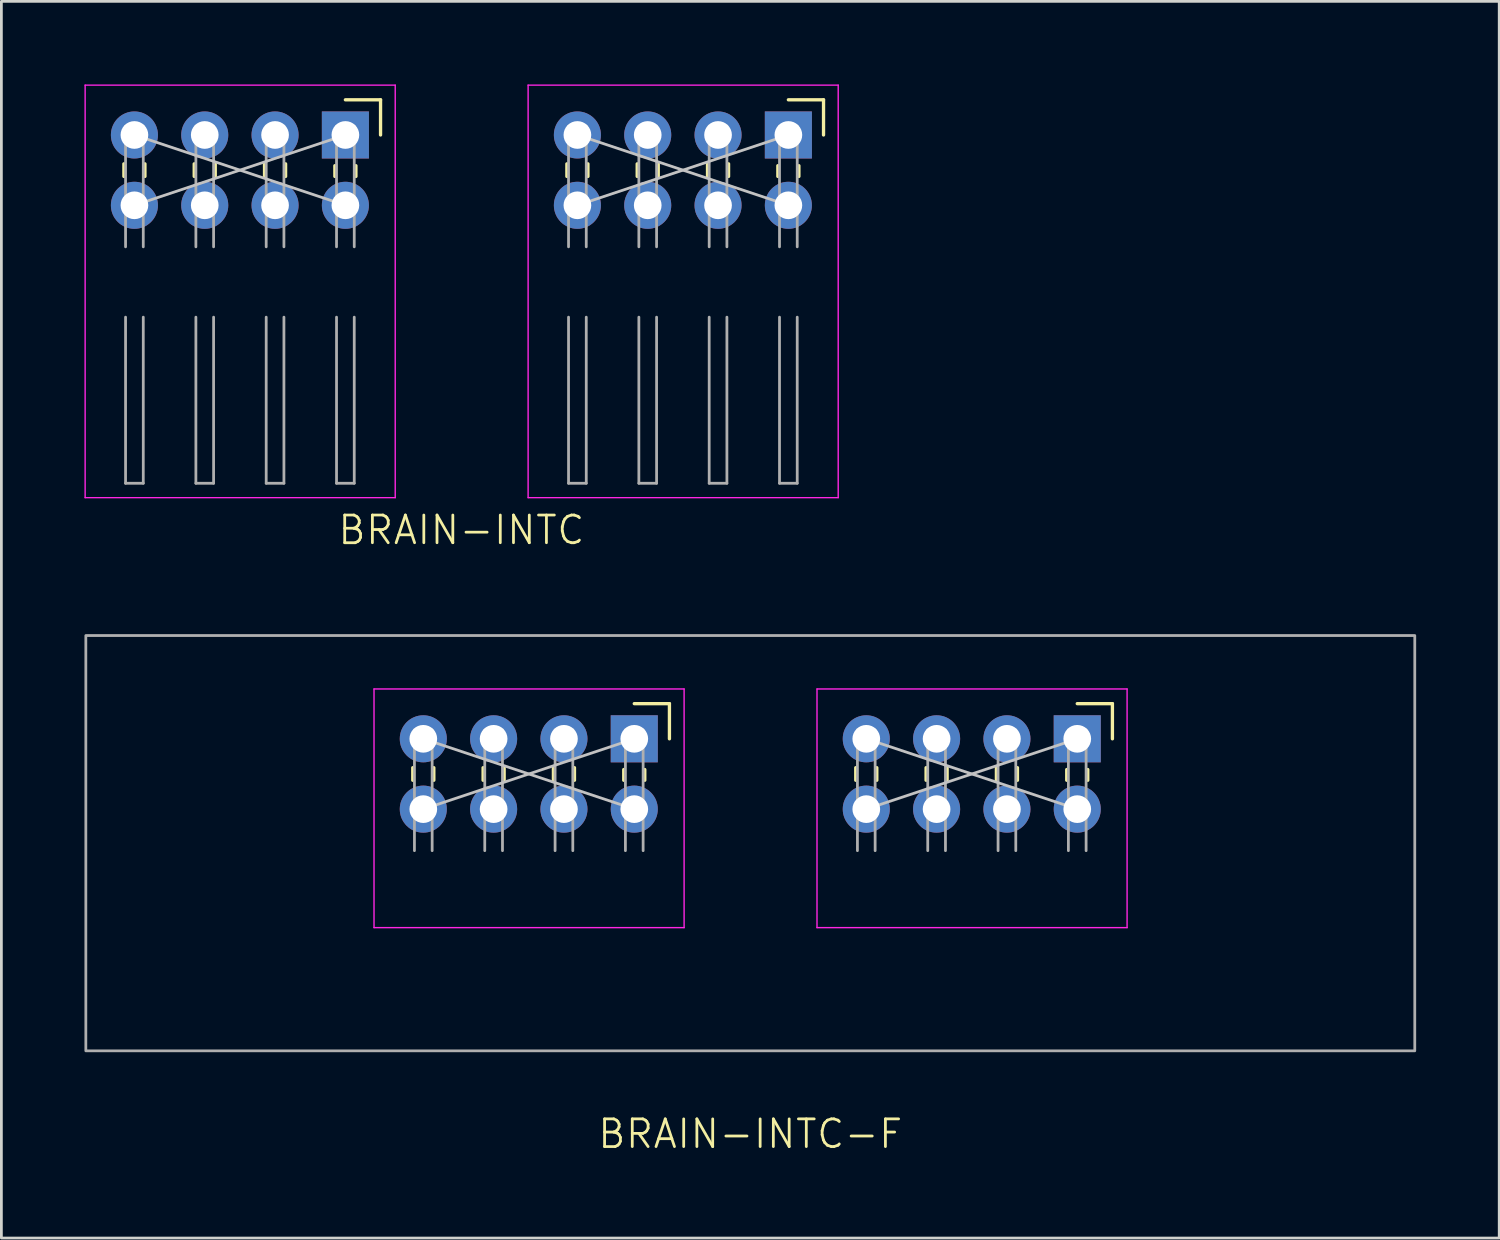
<source format=kicad_pcb>
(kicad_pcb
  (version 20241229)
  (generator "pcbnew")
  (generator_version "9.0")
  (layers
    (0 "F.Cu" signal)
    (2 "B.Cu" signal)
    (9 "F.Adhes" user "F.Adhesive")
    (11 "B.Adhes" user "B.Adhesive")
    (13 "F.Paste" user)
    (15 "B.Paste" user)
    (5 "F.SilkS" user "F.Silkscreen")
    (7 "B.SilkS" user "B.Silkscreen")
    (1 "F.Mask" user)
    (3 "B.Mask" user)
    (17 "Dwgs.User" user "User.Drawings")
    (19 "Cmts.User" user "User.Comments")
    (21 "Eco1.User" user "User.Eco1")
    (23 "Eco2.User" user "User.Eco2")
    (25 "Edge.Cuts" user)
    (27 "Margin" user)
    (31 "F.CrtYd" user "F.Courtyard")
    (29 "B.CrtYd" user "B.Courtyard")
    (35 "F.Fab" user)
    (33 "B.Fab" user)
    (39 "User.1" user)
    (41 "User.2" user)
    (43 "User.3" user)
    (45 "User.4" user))
  (footprint "BRAIN-INTC-F"
    (layer "F.Cu")
    (at 24.05 24.905)
    (property "Reference" "BRAIN-INTC-F" (at -0.001 13 0) (unlocked yes) (layer "F.SilkS") (effects (font (size 1 1) (thickness 0.1))))
    (attr through_hole board_only exclude_from_bom)
    (fp_line (start -12.191 -0.227) (end -12.191 0.227) (stroke (width 0.12) (type solid)) (layer "F.SilkS"))
    (fp_line (start -11.431 -0.227) (end -11.431 0.227) (stroke (width 0.12) (type solid)) (layer "F.SilkS"))
    (fp_line (start -9.651 -0.227) (end -9.651 0.227) (stroke (width 0.12) (type solid)) (layer "F.SilkS"))
    (fp_line (start -8.891 -0.227) (end -8.891 0.227) (stroke (width 0.12) (type solid)) (layer "F.SilkS"))
    (fp_line (start -7.111 -0.227) (end -7.111 0.227) (stroke (width 0.12) (type solid)) (layer "F.SilkS"))
    (fp_line (start -6.351 -0.227) (end -6.351 0.227) (stroke (width 0.12) (type solid)) (layer "F.SilkS"))
    (fp_line (start -4.571 -0.16) (end -4.571 0.227) (stroke (width 0.12) (type solid)) (layer "F.SilkS"))
    (fp_line (start -4.191 -2.54) (end -2.921 -2.54) (stroke (width 0.12) (type solid)) (layer "F.SilkS"))
    (fp_line (start -3.811 -0.16) (end -3.811 0.227) (stroke (width 0.12) (type solid)) (layer "F.SilkS"))
    (fp_line (start -2.921 -2.54) (end -2.921 -1.27) (stroke (width 0.12) (type solid)) (layer "F.SilkS"))
    (fp_line (start 3.809 -0.227) (end 3.809 0.227) (stroke (width 0.12) (type solid)) (layer "F.SilkS"))
    (fp_line (start 4.569 -0.227) (end 4.569 0.227) (stroke (width 0.12) (type solid)) (layer "F.SilkS"))
    (fp_line (start 6.349 -0.227) (end 6.349 0.227) (stroke (width 0.12) (type solid)) (layer "F.SilkS"))
    (fp_line (start 7.109 -0.227) (end 7.109 0.227) (stroke (width 0.12) (type solid)) (layer "F.SilkS"))
    (fp_line (start 8.889 -0.227) (end 8.889 0.227) (stroke (width 0.12) (type solid)) (layer "F.SilkS"))
    (fp_line (start 9.649 -0.227) (end 9.649 0.227) (stroke (width 0.12) (type solid)) (layer "F.SilkS"))
    (fp_line (start 11.429 -0.16) (end 11.429 0.227) (stroke (width 0.12) (type solid)) (layer "F.SilkS"))
    (fp_line (start 11.809 -2.54) (end 13.079 -2.54) (stroke (width 0.12) (type solid)) (layer "F.SilkS"))
    (fp_line (start 12.189 -0.16) (end 12.189 0.227) (stroke (width 0.12) (type solid)) (layer "F.SilkS"))
    (fp_line (start 13.079 -2.54) (end 13.079 -1.27) (stroke (width 0.12) (type solid)) (layer "F.SilkS"))
    (fp_line (start -4.191 -1.27) (end -11.811 1.27) (stroke (width 0.1) (type default)) (layer "Dwgs.User"))
    (fp_line (start -4.191 1.27) (end -11.811 -1.27) (stroke (width 0.1) (type default)) (layer "Dwgs.User"))
    (fp_line (start 11.809 -1.27) (end 4.189 1.27) (stroke (width 0.1) (type default)) (layer "Dwgs.User"))
    (fp_line (start 11.809 1.27) (end 4.189 -1.27) (stroke (width 0.1) (type default)) (layer "Dwgs.User"))
    (fp_line (start -13.591 -3.07) (end -13.591 5.55) (stroke (width 0.05) (type solid)) (layer "F.CrtYd"))
    (fp_line (start -2.391 -3.07) (end -13.591 -3.07) (stroke (width 0.05) (type solid)) (layer "F.CrtYd"))
    (fp_line (start -2.391 5.55) (end -13.591 5.55) (stroke (width 0.05) (type solid)) (layer "F.CrtYd"))
    (fp_line (start -2.391 5.55) (end -2.391 -3.07) (stroke (width 0.05) (type solid)) (layer "F.CrtYd"))
    (fp_line (start 2.409 -3.07) (end 2.409 5.55) (stroke (width 0.05) (type solid)) (layer "F.CrtYd"))
    (fp_line (start 13.609 -3.07) (end 2.409 -3.07) (stroke (width 0.05) (type solid)) (layer "F.CrtYd"))
    (fp_line (start 13.609 5.55) (end 2.409 5.55) (stroke (width 0.05) (type solid)) (layer "F.CrtYd"))
    (fp_line (start 13.609 5.55) (end 13.609 -3.07) (stroke (width 0.05) (type solid)) (layer "F.CrtYd"))
    (fp_line (start -12.131 -1.59) (end -12.131 2.77) (stroke (width 0.1) (type solid)) (layer "F.Fab"))
    (fp_line (start -11.491 -1.59) (end -12.131 -1.59) (stroke (width 0.1) (type solid)) (layer "F.Fab"))
    (fp_line (start -11.491 -1.59) (end -11.491 2.77) (stroke (width 0.1) (type solid)) (layer "F.Fab"))
    (fp_line (start -9.591 -1.59) (end -9.591 2.77) (stroke (width 0.1) (type solid)) (layer "F.Fab"))
    (fp_line (start -8.951 -1.59) (end -9.591 -1.59) (stroke (width 0.1) (type solid)) (layer "F.Fab"))
    (fp_line (start -8.951 -1.59) (end -8.951 2.77) (stroke (width 0.1) (type solid)) (layer "F.Fab"))
    (fp_line (start -7.051 -1.59) (end -7.051 2.77) (stroke (width 0.1) (type solid)) (layer "F.Fab"))
    (fp_line (start -6.411 -1.59) (end -7.051 -1.59) (stroke (width 0.1) (type solid)) (layer "F.Fab"))
    (fp_line (start -6.411 -1.59) (end -6.411 2.77) (stroke (width 0.1) (type solid)) (layer "F.Fab"))
    (fp_line (start -4.511 -1.59) (end -4.511 2.77) (stroke (width 0.1) (type solid)) (layer "F.Fab"))
    (fp_line (start -3.871 -1.59) (end -4.511 -1.59) (stroke (width 0.1) (type solid)) (layer "F.Fab"))
    (fp_line (start -3.871 -1.59) (end -3.871 2.77) (stroke (width 0.1) (type solid)) (layer "F.Fab"))
    (fp_line (start 3.869 -1.59) (end 3.869 2.77) (stroke (width 0.1) (type solid)) (layer "F.Fab"))
    (fp_line (start 4.509 -1.59) (end 3.869 -1.59) (stroke (width 0.1) (type solid)) (layer "F.Fab"))
    (fp_line (start 4.509 -1.59) (end 4.509 2.77) (stroke (width 0.1) (type solid)) (layer "F.Fab"))
    (fp_line (start 6.409 -1.59) (end 6.409 2.77) (stroke (width 0.1) (type solid)) (layer "F.Fab"))
    (fp_line (start 7.049 -1.59) (end 6.409 -1.59) (stroke (width 0.1) (type solid)) (layer "F.Fab"))
    (fp_line (start 7.049 -1.59) (end 7.049 2.77) (stroke (width 0.1) (type solid)) (layer "F.Fab"))
    (fp_line (start 8.949 -1.59) (end 8.949 2.77) (stroke (width 0.1) (type solid)) (layer "F.Fab"))
    (fp_line (start 9.589 -1.59) (end 8.949 -1.59) (stroke (width 0.1) (type solid)) (layer "F.Fab"))
    (fp_line (start 9.589 -1.59) (end 9.589 2.77) (stroke (width 0.1) (type solid)) (layer "F.Fab"))
    (fp_line (start 11.489 -1.59) (end 11.489 2.77) (stroke (width 0.1) (type solid)) (layer "F.Fab"))
    (fp_line (start 12.129 -1.59) (end 11.489 -1.59) (stroke (width 0.1) (type solid)) (layer "F.Fab"))
    (fp_line (start 12.129 -1.59) (end 12.129 2.77) (stroke (width 0.1) (type solid)) (layer "F.Fab"))
    (fp_rect (start -24 -5) (end 24 10) (stroke (width 0.1) (type default)) (fill no) (layer "F.Fab"))
    (fp_line (start -11.811 -1.27) (end 11.811 1.27) (stroke (width 0.1) (type default)) (layer "User.1"))
    (fp_line (start 11.811 -1.27) (end -11.811 1.27) (stroke (width 0.1) (type default)) (layer "User.1"))
    (pad "L1" thru_hole oval (at -11.811 -1.27 270) (size 1.7 1.7) (drill 1) (layers "*.Cu" "*.Mask"))
    (pad "L2" thru_hole oval (at -9.271 -1.27 270) (size 1.7 1.7) (drill 1) (layers "*.Cu" "*.Mask"))
    (pad "L3" thru_hole oval (at -6.731 -1.27 270) (size 1.7 1.7) (drill 1) (layers "*.Cu" "*.Mask"))
    (pad "L4" thru_hole rect (at -4.191 -1.27 270) (size 1.7 1.7) (drill 1) (layers "*.Cu" "*.Mask"))
    (pad "L5" thru_hole oval (at -11.811 1.27 270) (size 1.7 1.7) (drill 1) (layers "*.Cu" "*.Mask"))
    (pad "L6" thru_hole oval (at -9.271 1.27 270) (size 1.7 1.7) (drill 1) (layers "*.Cu" "*.Mask"))
    (pad "L7" thru_hole oval (at -6.731 1.27 270) (size 1.7 1.7) (drill 1) (layers "*.Cu" "*.Mask"))
    (pad "L8" thru_hole oval (at -4.191 1.27 270) (size 1.7 1.7) (drill 1) (layers "*.Cu" "*.Mask"))
    (pad "R1" thru_hole oval (at 4.189 -1.27 270) (size 1.7 1.7) (drill 1) (layers "*.Cu" "*.Mask"))
    (pad "R2" thru_hole oval (at 6.729 -1.27 270) (size 1.7 1.7) (drill 1) (layers "*.Cu" "*.Mask"))
    (pad "R3" thru_hole oval (at 9.269 -1.27 270) (size 1.7 1.7) (drill 1) (layers "*.Cu" "*.Mask"))
    (pad "R4" thru_hole rect (at 11.809 -1.27 270) (size 1.7 1.7) (drill 1) (layers "*.Cu" "*.Mask"))
    (pad "R5" thru_hole oval (at 4.189 1.27 270) (size 1.7 1.7) (drill 1) (layers "*.Cu" "*.Mask"))
    (pad "R6" thru_hole oval (at 6.729 1.27 270) (size 1.7 1.7) (drill 1) (layers "*.Cu" "*.Mask"))
    (pad "R7" thru_hole oval (at 9.269 1.27 270) (size 1.7 1.7) (drill 1) (layers "*.Cu" "*.Mask"))
    (pad "R8" thru_hole oval (at 11.809 1.27 270) (size 1.7 1.7) (drill 1) (layers "*.Cu" "*.Mask")))
  (footprint "BRAIN-INTC"
    (layer "F.Cu")
    (at 5.615 3.095)
    (property "Reference" "BRAIN-INTC" (at 8 13 0) (unlocked yes) (layer "F.SilkS") (effects (font (size 1 1) (thickness 0.1))))
    (attr through_hole board_only exclude_from_bom)
    (fp_line (start -4.19 -0.227) (end -4.19 0.227) (stroke (width 0.12) (type solid)) (layer "F.SilkS"))
    (fp_line (start -3.43 -0.227) (end -3.43 0.227) (stroke (width 0.12) (type solid)) (layer "F.SilkS"))
    (fp_line (start -1.65 -0.227) (end -1.65 0.227) (stroke (width 0.12) (type solid)) (layer "F.SilkS"))
    (fp_line (start -0.89 -0.227) (end -0.89 0.227) (stroke (width 0.12) (type solid)) (layer "F.SilkS"))
    (fp_line (start 0.89 -0.227) (end 0.89 0.227) (stroke (width 0.12) (type solid)) (layer "F.SilkS"))
    (fp_line (start 1.65 -0.227) (end 1.65 0.227) (stroke (width 0.12) (type solid)) (layer "F.SilkS"))
    (fp_line (start 3.43 -0.16) (end 3.43 0.227) (stroke (width 0.12) (type solid)) (layer "F.SilkS"))
    (fp_line (start 3.81 -2.54) (end 5.08 -2.54) (stroke (width 0.12) (type solid)) (layer "F.SilkS"))
    (fp_line (start 4.19 -0.16) (end 4.19 0.227) (stroke (width 0.12) (type solid)) (layer "F.SilkS"))
    (fp_line (start 5.08 -2.54) (end 5.08 -1.27) (stroke (width 0.12) (type solid)) (layer "F.SilkS"))
    (fp_line (start 11.81 -0.227) (end 11.81 0.227) (stroke (width 0.12) (type solid)) (layer "F.SilkS"))
    (fp_line (start 12.57 -0.227) (end 12.57 0.227) (stroke (width 0.12) (type solid)) (layer "F.SilkS"))
    (fp_line (start 14.35 -0.227) (end 14.35 0.227) (stroke (width 0.12) (type solid)) (layer "F.SilkS"))
    (fp_line (start 15.11 -0.227) (end 15.11 0.227) (stroke (width 0.12) (type solid)) (layer "F.SilkS"))
    (fp_line (start 16.89 -0.227) (end 16.89 0.227) (stroke (width 0.12) (type solid)) (layer "F.SilkS"))
    (fp_line (start 17.65 -0.227) (end 17.65 0.227) (stroke (width 0.12) (type solid)) (layer "F.SilkS"))
    (fp_line (start 19.43 -0.16) (end 19.43 0.227) (stroke (width 0.12) (type solid)) (layer "F.SilkS"))
    (fp_line (start 19.81 -2.54) (end 21.08 -2.54) (stroke (width 0.12) (type solid)) (layer "F.SilkS"))
    (fp_line (start 20.19 -0.16) (end 20.19 0.227) (stroke (width 0.12) (type solid)) (layer "F.SilkS"))
    (fp_line (start 21.08 -2.54) (end 21.08 -1.27) (stroke (width 0.12) (type solid)) (layer "F.SilkS"))
    (fp_line (start 3.81 -1.27) (end -3.81 1.27) (stroke (width 0.1) (type default)) (layer "Dwgs.User"))
    (fp_line (start 3.81 1.27) (end -3.81 -1.27) (stroke (width 0.1) (type default)) (layer "Dwgs.User"))
    (fp_line (start 19.81 -1.27) (end 12.19 1.27) (stroke (width 0.1) (type default)) (layer "Dwgs.User"))
    (fp_line (start 19.81 1.27) (end 12.19 -1.27) (stroke (width 0.1) (type default)) (layer "Dwgs.User"))
    (fp_line (start -5.59 -3.07) (end -5.59 11.83) (stroke (width 0.05) (type solid)) (layer "F.CrtYd"))
    (fp_line (start -5.59 11.83) (end 5.61 11.83) (stroke (width 0.05) (type solid)) (layer "F.CrtYd"))
    (fp_line (start 5.61 -3.07) (end -5.59 -3.07) (stroke (width 0.05) (type solid)) (layer "F.CrtYd"))
    (fp_line (start 5.61 11.83) (end 5.61 -3.07) (stroke (width 0.05) (type solid)) (layer "F.CrtYd"))
    (fp_line (start 10.41 -3.07) (end 10.41 11.83) (stroke (width 0.05) (type solid)) (layer "F.CrtYd"))
    (fp_line (start 10.41 11.83) (end 21.61 11.83) (stroke (width 0.05) (type solid)) (layer "F.CrtYd"))
    (fp_line (start 21.61 -3.07) (end 10.41 -3.07) (stroke (width 0.05) (type solid)) (layer "F.CrtYd"))
    (fp_line (start 21.61 11.83) (end 21.61 -3.07) (stroke (width 0.05) (type solid)) (layer "F.CrtYd"))
    (fp_line (start -4.13 -1.59) (end -4.13 2.77) (stroke (width 0.1) (type solid)) (layer "F.Fab"))
    (fp_line (start -4.13 5.31) (end -4.13 11.31) (stroke (width 0.1) (type solid)) (layer "F.Fab"))
    (fp_line (start -3.49 -1.59) (end -4.13 -1.59) (stroke (width 0.1) (type solid)) (layer "F.Fab"))
    (fp_line (start -3.49 -1.59) (end -3.49 2.77) (stroke (width 0.1) (type solid)) (layer "F.Fab"))
    (fp_line (start -3.49 5.31) (end -3.49 11.31) (stroke (width 0.1) (type solid)) (layer "F.Fab"))
    (fp_line (start -3.49 11.31) (end -4.13 11.31) (stroke (width 0.1) (type solid)) (layer "F.Fab"))
    (fp_line (start -1.59 -1.59) (end -1.59 2.77) (stroke (width 0.1) (type solid)) (layer "F.Fab"))
    (fp_line (start -1.59 5.31) (end -1.59 11.31) (stroke (width 0.1) (type solid)) (layer "F.Fab"))
    (fp_line (start -0.95 -1.59) (end -1.59 -1.59) (stroke (width 0.1) (type solid)) (layer "F.Fab"))
    (fp_line (start -0.95 -1.59) (end -0.95 2.77) (stroke (width 0.1) (type solid)) (layer "F.Fab"))
    (fp_line (start -0.95 5.31) (end -0.95 11.31) (stroke (width 0.1) (type solid)) (layer "F.Fab"))
    (fp_line (start -0.95 11.31) (end -1.59 11.31) (stroke (width 0.1) (type solid)) (layer "F.Fab"))
    (fp_line (start 0.95 -1.59) (end 0.95 2.77) (stroke (width 0.1) (type solid)) (layer "F.Fab"))
    (fp_line (start 0.95 5.31) (end 0.95 11.31) (stroke (width 0.1) (type solid)) (layer "F.Fab"))
    (fp_line (start 1.59 -1.59) (end 0.95 -1.59) (stroke (width 0.1) (type solid)) (layer "F.Fab"))
    (fp_line (start 1.59 -1.59) (end 1.59 2.77) (stroke (width 0.1) (type solid)) (layer "F.Fab"))
    (fp_line (start 1.59 5.31) (end 1.59 11.31) (stroke (width 0.1) (type solid)) (layer "F.Fab"))
    (fp_line (start 1.59 11.31) (end 0.95 11.31) (stroke (width 0.1) (type solid)) (layer "F.Fab"))
    (fp_line (start 3.49 -1.59) (end 3.49 2.77) (stroke (width 0.1) (type solid)) (layer "F.Fab"))
    (fp_line (start 3.49 5.31) (end 3.49 11.31) (stroke (width 0.1) (type solid)) (layer "F.Fab"))
    (fp_line (start 4.13 -1.59) (end 3.49 -1.59) (stroke (width 0.1) (type solid)) (layer "F.Fab"))
    (fp_line (start 4.13 -1.59) (end 4.13 2.77) (stroke (width 0.1) (type solid)) (layer "F.Fab"))
    (fp_line (start 4.13 5.31) (end 4.13 11.31) (stroke (width 0.1) (type solid)) (layer "F.Fab"))
    (fp_line (start 4.13 11.31) (end 3.49 11.31) (stroke (width 0.1) (type solid)) (layer "F.Fab"))
    (fp_line (start 11.87 -1.59) (end 11.87 2.77) (stroke (width 0.1) (type solid)) (layer "F.Fab"))
    (fp_line (start 11.87 5.31) (end 11.87 11.31) (stroke (width 0.1) (type solid)) (layer "F.Fab"))
    (fp_line (start 12.51 -1.59) (end 11.87 -1.59) (stroke (width 0.1) (type solid)) (layer "F.Fab"))
    (fp_line (start 12.51 -1.59) (end 12.51 2.77) (stroke (width 0.1) (type solid)) (layer "F.Fab"))
    (fp_line (start 12.51 5.31) (end 12.51 11.31) (stroke (width 0.1) (type solid)) (layer "F.Fab"))
    (fp_line (start 12.51 11.31) (end 11.87 11.31) (stroke (width 0.1) (type solid)) (layer "F.Fab"))
    (fp_line (start 14.41 -1.59) (end 14.41 2.77) (stroke (width 0.1) (type solid)) (layer "F.Fab"))
    (fp_line (start 14.41 5.31) (end 14.41 11.31) (stroke (width 0.1) (type solid)) (layer "F.Fab"))
    (fp_line (start 15.05 -1.59) (end 14.41 -1.59) (stroke (width 0.1) (type solid)) (layer "F.Fab"))
    (fp_line (start 15.05 -1.59) (end 15.05 2.77) (stroke (width 0.1) (type solid)) (layer "F.Fab"))
    (fp_line (start 15.05 5.31) (end 15.05 11.31) (stroke (width 0.1) (type solid)) (layer "F.Fab"))
    (fp_line (start 15.05 11.31) (end 14.41 11.31) (stroke (width 0.1) (type solid)) (layer "F.Fab"))
    (fp_line (start 16.95 -1.59) (end 16.95 2.77) (stroke (width 0.1) (type solid)) (layer "F.Fab"))
    (fp_line (start 16.95 5.31) (end 16.95 11.31) (stroke (width 0.1) (type solid)) (layer "F.Fab"))
    (fp_line (start 17.59 -1.59) (end 16.95 -1.59) (stroke (width 0.1) (type solid)) (layer "F.Fab"))
    (fp_line (start 17.59 -1.59) (end 17.59 2.77) (stroke (width 0.1) (type solid)) (layer "F.Fab"))
    (fp_line (start 17.59 5.31) (end 17.59 11.31) (stroke (width 0.1) (type solid)) (layer "F.Fab"))
    (fp_line (start 17.59 11.31) (end 16.95 11.31) (stroke (width 0.1) (type solid)) (layer "F.Fab"))
    (fp_line (start 19.49 -1.59) (end 19.49 2.77) (stroke (width 0.1) (type solid)) (layer "F.Fab"))
    (fp_line (start 19.49 5.31) (end 19.49 11.31) (stroke (width 0.1) (type solid)) (layer "F.Fab"))
    (fp_line (start 20.13 -1.59) (end 19.49 -1.59) (stroke (width 0.1) (type solid)) (layer "F.Fab"))
    (fp_line (start 20.13 -1.59) (end 20.13 2.77) (stroke (width 0.1) (type solid)) (layer "F.Fab"))
    (fp_line (start 20.13 5.31) (end 20.13 11.31) (stroke (width 0.1) (type solid)) (layer "F.Fab"))
    (fp_line (start 20.13 11.31) (end 19.49 11.31) (stroke (width 0.1) (type solid)) (layer "F.Fab"))
    (pad "L1" thru_hole oval (at -3.81 -1.27 270) (size 1.7 1.7) (drill 1) (layers "*.Cu" "*.Mask"))
    (pad "L2" thru_hole oval (at -1.27 -1.27 270) (size 1.7 1.7) (drill 1) (layers "*.Cu" "*.Mask"))
    (pad "L3" thru_hole oval (at 1.27 -1.27 270) (size 1.7 1.7) (drill 1) (layers "*.Cu" "*.Mask"))
    (pad "L4" thru_hole rect (at 3.81 -1.27 270) (size 1.7 1.7) (drill 1) (layers "*.Cu" "*.Mask"))
    (pad "L5" thru_hole oval (at -3.81 1.27 270) (size 1.7 1.7) (drill 1) (layers "*.Cu" "*.Mask"))
    (pad "L6" thru_hole oval (at -1.27 1.27 270) (size 1.7 1.7) (drill 1) (layers "*.Cu" "*.Mask"))
    (pad "L7" thru_hole oval (at 1.27 1.27 270) (size 1.7 1.7) (drill 1) (layers "*.Cu" "*.Mask"))
    (pad "L8" thru_hole oval (at 3.81 1.27 270) (size 1.7 1.7) (drill 1) (layers "*.Cu" "*.Mask"))
    (pad "R1" thru_hole oval (at 12.19 -1.27 270) (size 1.7 1.7) (drill 1) (layers "*.Cu" "*.Mask"))
    (pad "R2" thru_hole oval (at 14.73 -1.27 270) (size 1.7 1.7) (drill 1) (layers "*.Cu" "*.Mask"))
    (pad "R3" thru_hole oval (at 17.27 -1.27 270) (size 1.7 1.7) (drill 1) (layers "*.Cu" "*.Mask"))
    (pad "R4" thru_hole rect (at 19.81 -1.27 270) (size 1.7 1.7) (drill 1) (layers "*.Cu" "*.Mask"))
    (pad "R5" thru_hole oval (at 12.19 1.27 270) (size 1.7 1.7) (drill 1) (layers "*.Cu" "*.Mask"))
    (pad "R6" thru_hole oval (at 14.73 1.27 270) (size 1.7 1.7) (drill 1) (layers "*.Cu" "*.Mask"))
    (pad "R7" thru_hole oval (at 17.27 1.27 270) (size 1.7 1.7) (drill 1) (layers "*.Cu" "*.Mask"))
    (pad "R8" thru_hole oval (at 19.81 1.27 270) (size 1.7 1.7) (drill 1) (layers "*.Cu" "*.Mask")))
  (gr_rect
    (start -3 -3)
    (end 51.1 41.666)
    (stroke (width 0.1) (type default))
    (fill no)
    (layer "Edge.Cuts")))
</source>
